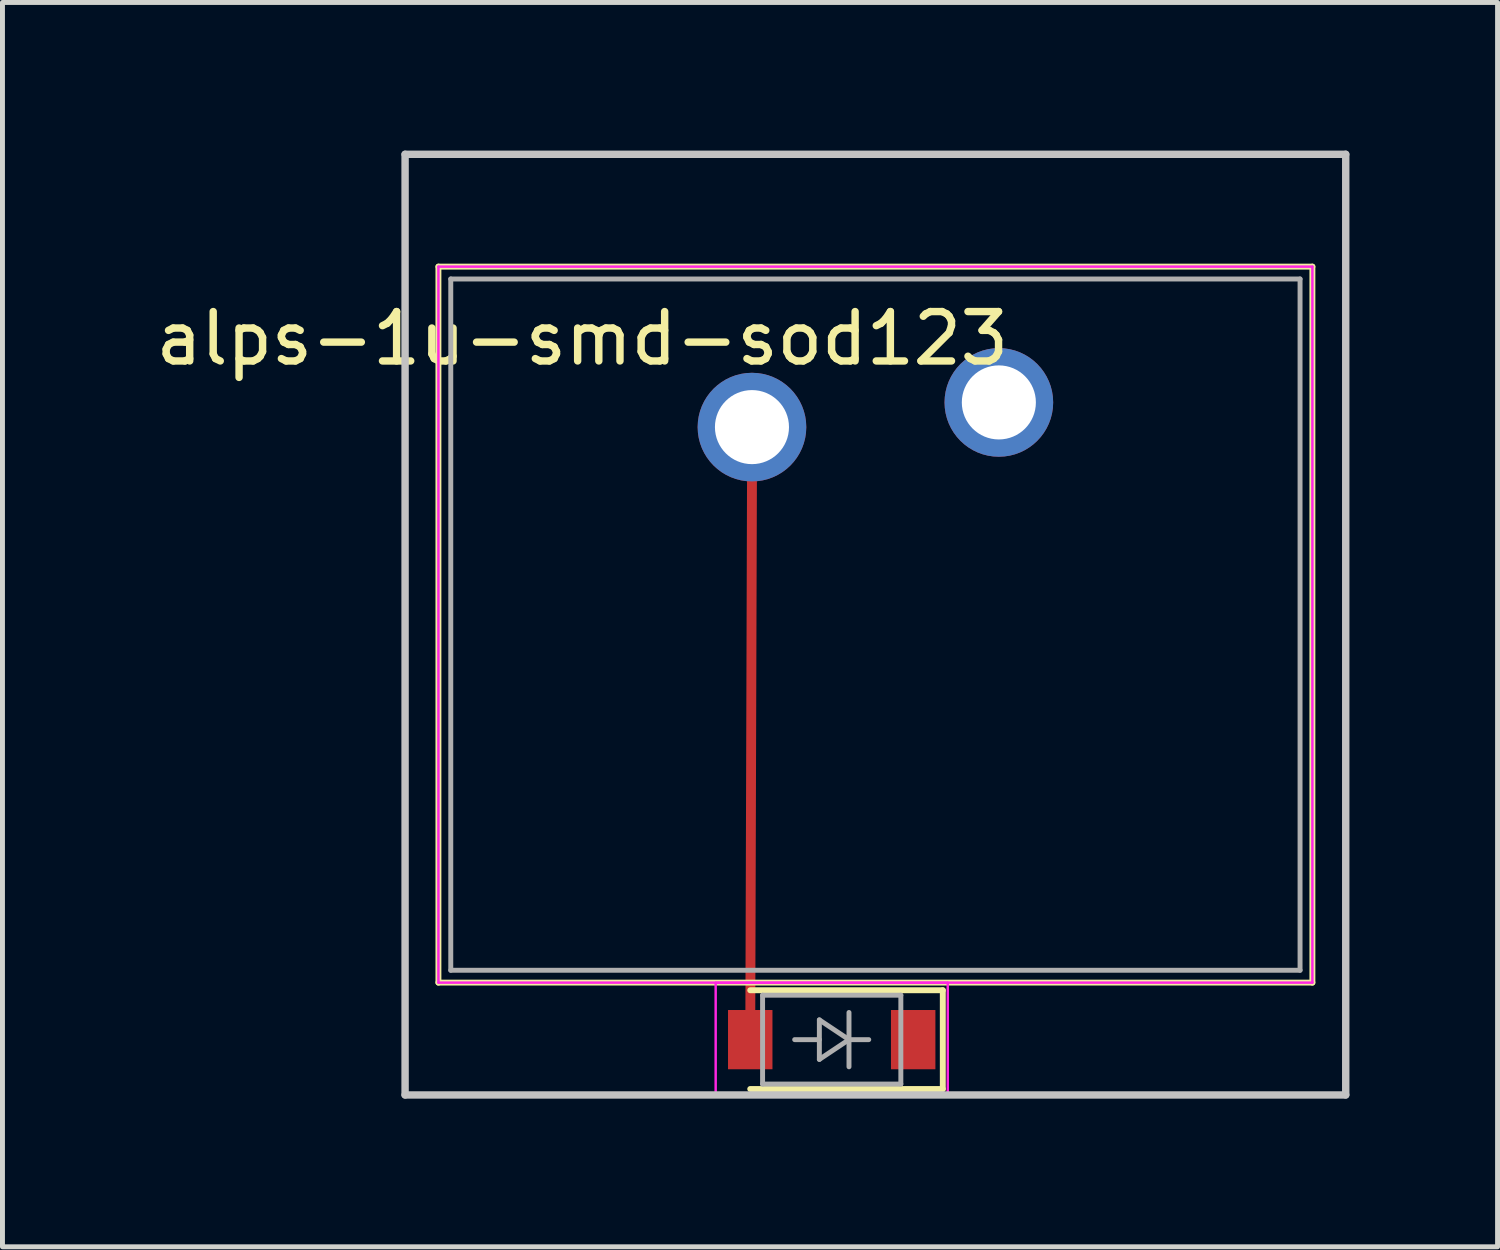
<source format=kicad_pcb>
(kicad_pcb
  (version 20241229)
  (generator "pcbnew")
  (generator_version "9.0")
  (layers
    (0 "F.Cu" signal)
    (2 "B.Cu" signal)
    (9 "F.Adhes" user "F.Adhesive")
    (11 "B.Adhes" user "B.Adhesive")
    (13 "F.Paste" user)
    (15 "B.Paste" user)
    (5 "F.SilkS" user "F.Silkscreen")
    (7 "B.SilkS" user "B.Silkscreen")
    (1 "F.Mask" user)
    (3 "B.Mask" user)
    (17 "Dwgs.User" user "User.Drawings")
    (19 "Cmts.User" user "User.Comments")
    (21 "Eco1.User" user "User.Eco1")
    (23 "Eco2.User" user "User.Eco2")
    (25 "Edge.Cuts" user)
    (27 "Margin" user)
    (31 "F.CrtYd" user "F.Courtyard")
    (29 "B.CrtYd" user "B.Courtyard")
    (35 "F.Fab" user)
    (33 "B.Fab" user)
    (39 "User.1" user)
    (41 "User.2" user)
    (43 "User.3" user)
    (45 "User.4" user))
  (footprint "alps-1u-smd-sod123"
    (layer "F.Cu")
    (at 14.044 11.505)
    (property "Reference" "alps-1u-smd-sod123" (at -5.3 -7.7 0) (unlocked yes) (layer "F.SilkS") (effects (font (size 1 1) (thickness 0.15))))
    (attr smd)
    (fp_line (start -1.865 -4.805) (end -1.9 6.5) (stroke (width 0.2) (type solid)) (layer "F.Cu"))
    (fp_line (start -8.215 -9.155) (end 9.485 -9.155) (stroke (width 0.12) (type solid)) (layer "F.SilkS"))
    (fp_line (start -8.215 5.345) (end -8.215 -9.155) (stroke (width 0.12) (type solid)) (layer "F.SilkS"))
    (fp_line (start 2 5.5) (end -1.9 5.5) (stroke (width 0.12) (type solid)) (layer "F.SilkS"))
    (fp_line (start 2 7.5) (end -1.9 7.5) (stroke (width 0.12) (type solid)) (layer "F.SilkS"))
    (fp_line (start 2 7.5) (end 2 5.5) (stroke (width 0.12) (type solid)) (layer "F.SilkS"))
    (fp_line (start 9.485 -9.155) (end 9.485 5.345) (stroke (width 0.12) (type solid)) (layer "F.SilkS"))
    (fp_line (start 9.485 5.345) (end -8.215 5.345) (stroke (width 0.12) (type solid)) (layer "F.SilkS"))
    (fp_line (start -8.89 -11.43) (end 10.16 -11.43) (stroke (width 0.15) (type solid)) (layer "Dwgs.User"))
    (fp_line (start -8.89 7.62) (end -8.89 -11.43) (stroke (width 0.15) (type solid)) (layer "Dwgs.User"))
    (fp_line (start 10.16 -11.43) (end 10.16 7.62) (stroke (width 0.15) (type solid)) (layer "Dwgs.User"))
    (fp_line (start 10.16 7.62) (end -8.89 7.62) (stroke (width 0.15) (type solid)) (layer "Dwgs.User"))
    (fp_line (start -8.215 -9.155) (end -8.215 5.345) (stroke (width 0.05) (type solid)) (layer "F.CrtYd"))
    (fp_line (start -8.215 -9.155) (end 9.485 -9.155) (stroke (width 0.05) (type solid)) (layer "F.CrtYd"))
    (fp_line (start -8.215 5.345) (end 9.485 5.345) (stroke (width 0.05) (type solid)) (layer "F.CrtYd"))
    (fp_line (start -2.6 5.35) (end 2.1 5.35) (stroke (width 0.05) (type solid)) (layer "F.CrtYd"))
    (fp_line (start -2.6 7.65) (end -2.6 5.35) (stroke (width 0.05) (type solid)) (layer "F.CrtYd"))
    (fp_line (start 2.1 7.65) (end -2.6 7.65) (stroke (width 0.05) (type solid)) (layer "F.CrtYd"))
    (fp_line (start 2.1 7.65) (end 2.1 5.35) (stroke (width 0.05) (type solid)) (layer "F.CrtYd"))
    (fp_line (start 9.485 5.345) (end 9.485 -9.155) (stroke (width 0.05) (type solid)) (layer "F.CrtYd"))
    (fp_line (start -7.965 -8.905) (end 9.235 -8.905) (stroke (width 0.1) (type solid)) (layer "F.Fab"))
    (fp_line (start -7.965 5.095) (end -7.965 -8.905) (stroke (width 0.1) (type solid)) (layer "F.Fab"))
    (fp_line (start -1.65 5.6) (end 1.15 5.6) (stroke (width 0.1) (type solid)) (layer "F.Fab"))
    (fp_line (start -1.65 7.4) (end -1.65 5.6) (stroke (width 0.1) (type solid)) (layer "F.Fab"))
    (fp_line (start -0.5 6.1) (end 0.1 6.5) (stroke (width 0.1) (type solid)) (layer "F.Fab"))
    (fp_line (start -0.5 6.5) (end -1 6.5) (stroke (width 0.1) (type solid)) (layer "F.Fab"))
    (fp_line (start -0.5 6.9) (end -0.5 6.1) (stroke (width 0.1) (type solid)) (layer "F.Fab"))
    (fp_line (start 0.1 6.5) (end -0.5 6.9) (stroke (width 0.1) (type solid)) (layer "F.Fab"))
    (fp_line (start 0.1 6.5) (end 0.1 5.95) (stroke (width 0.1) (type solid)) (layer "F.Fab"))
    (fp_line (start 0.1 6.5) (end 0.1 7.05) (stroke (width 0.1) (type solid)) (layer "F.Fab"))
    (fp_line (start 0.5 6.5) (end 0.1 6.5) (stroke (width 0.1) (type solid)) (layer "F.Fab"))
    (fp_line (start 1.15 5.6) (end 1.15 7.4) (stroke (width 0.1) (type solid)) (layer "F.Fab"))
    (fp_line (start 1.15 7.4) (end -1.65 7.4) (stroke (width 0.1) (type solid)) (layer "F.Fab"))
    (fp_line (start 9.235 -8.905) (end 9.235 5.095) (stroke (width 0.1) (type solid)) (layer "F.Fab"))
    (fp_line (start 9.235 5.095) (end -7.965 5.095) (stroke (width 0.1) (type solid)) (layer "F.Fab"))
    (pad "" smd rect (at -1.9 6.5 180) (size 0.9 1.2) (layers "F.Cu" "F.Mask" "F.Paste"))
    (pad "" thru_hole circle (at -1.865 -5.905) (size 2.2 2.2) (drill 1.5) (layers "*.Cu" "*.Mask"))
    (pad "1" smd rect (at 1.4 6.5 180) (size 0.9 1.2) (layers "F.Cu" "F.Mask" "F.Paste"))
    (pad "2" thru_hole circle (at 3.135 -6.405) (size 2.2 2.2) (drill 1.5) (layers "*.Cu" "*.Mask")))
  (gr_rect
    (start -3 -3)
    (end 27.279 22.2)
    (stroke (width 0.1) (type default))
    (fill no)
    (layer "Edge.Cuts")))
</source>
